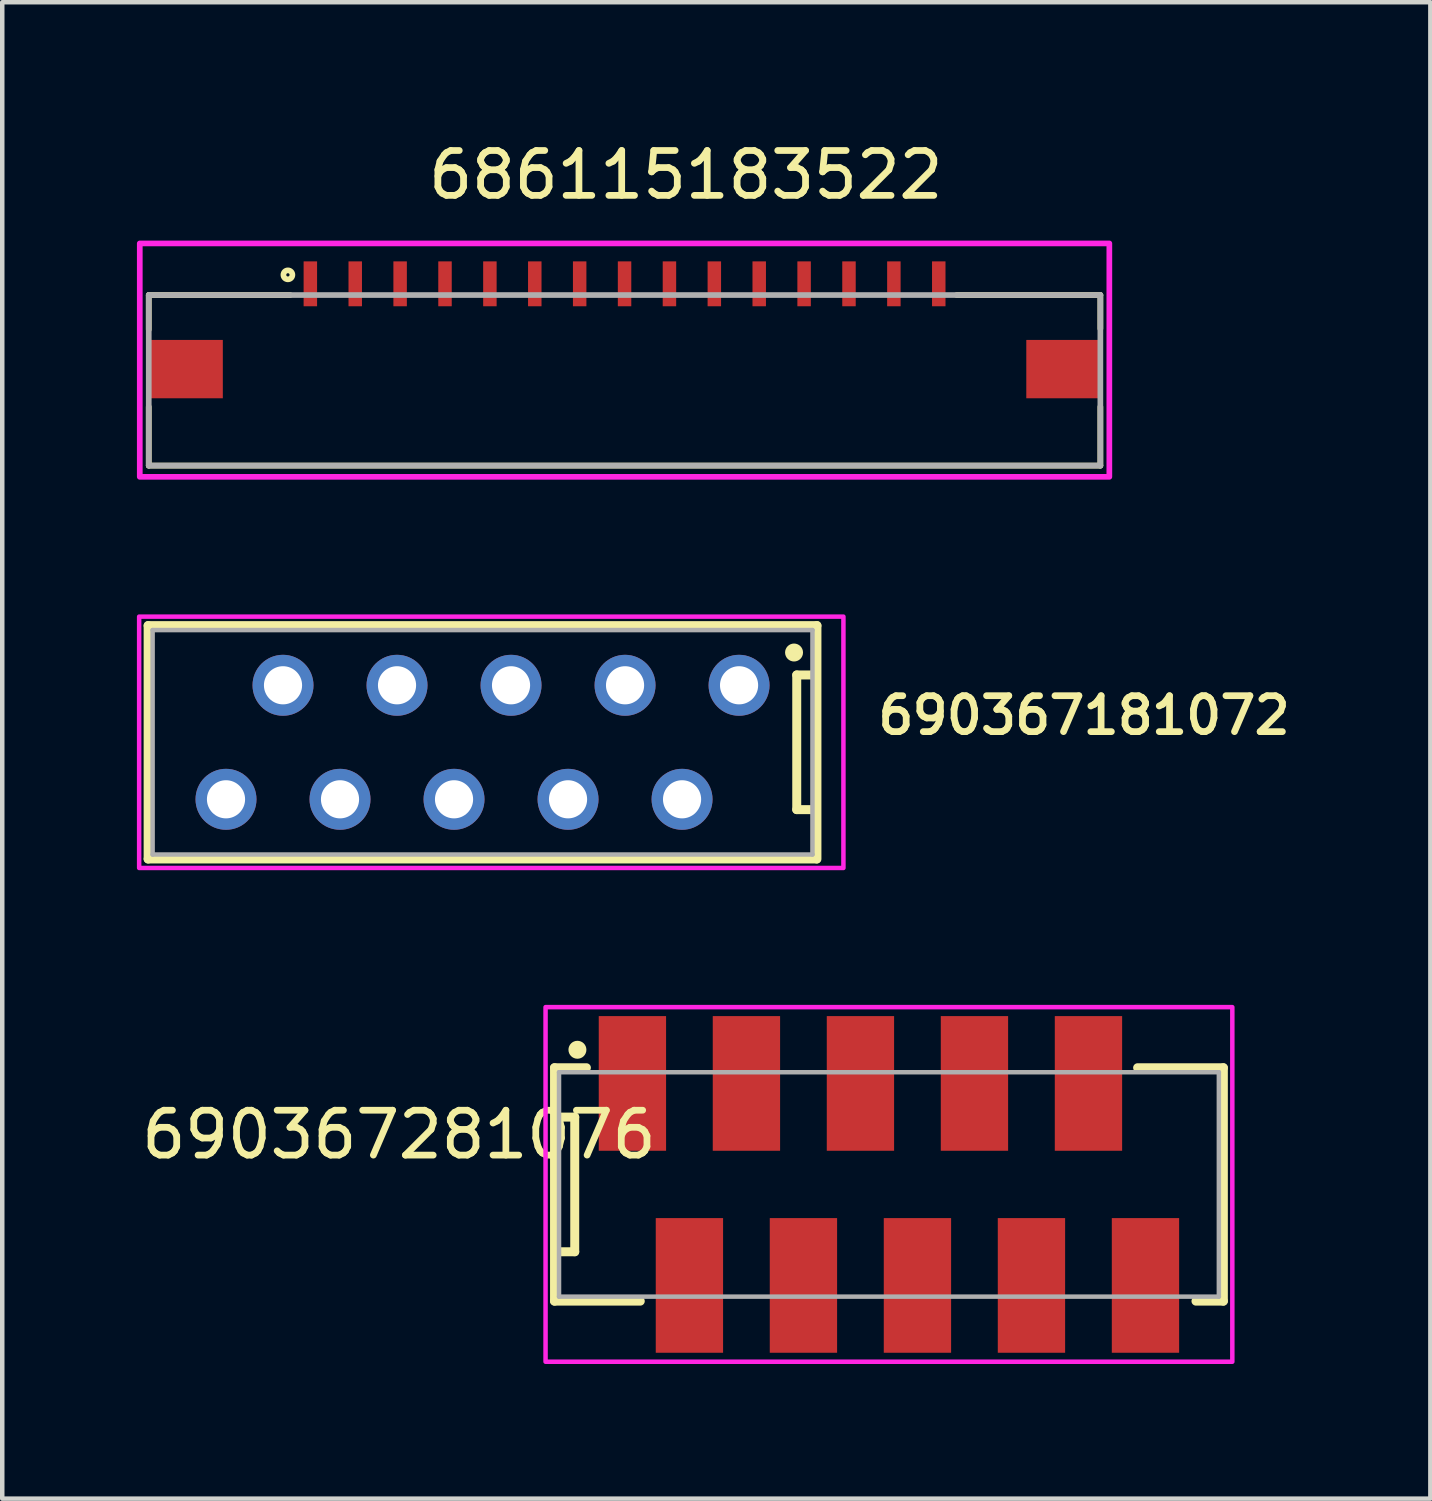
<source format=kicad_pcb>
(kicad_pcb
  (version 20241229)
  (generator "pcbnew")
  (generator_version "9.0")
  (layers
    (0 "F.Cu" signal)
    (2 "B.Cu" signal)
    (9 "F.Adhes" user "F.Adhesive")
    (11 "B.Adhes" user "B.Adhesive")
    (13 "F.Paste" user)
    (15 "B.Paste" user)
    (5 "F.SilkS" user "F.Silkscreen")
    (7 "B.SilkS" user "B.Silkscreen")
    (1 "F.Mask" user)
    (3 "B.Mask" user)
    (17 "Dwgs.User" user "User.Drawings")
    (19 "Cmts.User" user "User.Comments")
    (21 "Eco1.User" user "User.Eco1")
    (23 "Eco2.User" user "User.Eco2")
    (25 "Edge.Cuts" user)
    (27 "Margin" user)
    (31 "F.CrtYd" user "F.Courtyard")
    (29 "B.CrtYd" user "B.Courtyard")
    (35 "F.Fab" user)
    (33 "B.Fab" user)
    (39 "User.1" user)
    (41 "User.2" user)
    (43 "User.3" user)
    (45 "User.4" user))
  (footprint "690367281076"
    (layer "F.Cu")
    (at 16.754 23.337)
    (property "Reference" "690367281076" (at -10.915 -1.108 0) (layer "F.SilkS") (effects (font (size 1 1) (thickness 0.15))))
    (attr smd)
    (fp_line (start -7.45 -2.6) (end -7.45 2.6) (stroke (width 0.2) (type solid)) (layer "F.SilkS"))
    (fp_line (start -7.45 2.6) (end -5.54 2.6) (stroke (width 0.2) (type solid)) (layer "F.SilkS"))
    (fp_line (start -7.4 -1.5) (end -7 -1.5) (stroke (width 0.2) (type solid)) (layer "F.SilkS"))
    (fp_line (start -7 -1.5) (end -7 1.5) (stroke (width 0.2) (type solid)) (layer "F.SilkS"))
    (fp_line (start -7 1.5) (end -7.4 1.5) (stroke (width 0.2) (type solid)) (layer "F.SilkS"))
    (fp_line (start -6.74 -2.6) (end -7.45 -2.6) (stroke (width 0.2) (type solid)) (layer "F.SilkS"))
    (fp_line (start 5.54 -2.6) (end 7.45 -2.6) (stroke (width 0.2) (type solid)) (layer "F.SilkS"))
    (fp_line (start 7.45 -2.6) (end 7.45 2.6) (stroke (width 0.2) (type solid)) (layer "F.SilkS"))
    (fp_line (start 7.45 2.6) (end 6.84 2.6) (stroke (width 0.2) (type solid)) (layer "F.SilkS"))
    (fp_circle (center -6.94 -3) (end -6.84 -3) (stroke (width 0.2) (type solid)) (fill no) (layer "F.SilkS"))
    (fp_poly (pts (xy -7.65 -3.95) (xy 7.65 -3.95) (xy 7.65 3.95) (xy -7.65 3.95)) (stroke (width 0.1) (type solid)) (fill no) (layer "F.CrtYd"))
    (fp_line (start -7.35 -2.5) (end -7.35 2.5) (stroke (width 0.1) (type solid)) (layer "F.Fab"))
    (fp_line (start -7.35 -2.5) (end 7.35 -2.5) (stroke (width 0.1) (type solid)) (layer "F.Fab"))
    (fp_line (start -7.35 2.5) (end 7.35 2.5) (stroke (width 0.1) (type solid)) (layer "F.Fab"))
    (fp_line (start 7.35 2.5) (end 7.35 -2.5) (stroke (width 0.1) (type solid)) (layer "F.Fab"))
    (pad "1" smd rect (at -5.715 -2.25) (size 1.5 3) (layers "F.Cu" "F.Mask" "F.Paste"))
    (pad "2" smd rect (at -4.445 2.25) (size 1.5 3) (layers "F.Cu" "F.Mask" "F.Paste"))
    (pad "3" smd rect (at -3.175 -2.25) (size 1.5 3) (layers "F.Cu" "F.Mask" "F.Paste"))
    (pad "4" smd rect (at -1.905 2.25) (size 1.5 3) (layers "F.Cu" "F.Mask" "F.Paste"))
    (pad "5" smd rect (at -0.635 -2.25) (size 1.5 3) (layers "F.Cu" "F.Mask" "F.Paste"))
    (pad "6" smd rect (at 0.635 2.25) (size 1.5 3) (layers "F.Cu" "F.Mask" "F.Paste"))
    (pad "7" smd rect (at 1.905 -2.25) (size 1.5 3) (layers "F.Cu" "F.Mask" "F.Paste"))
    (pad "8" smd rect (at 3.175 2.25) (size 1.5 3) (layers "F.Cu" "F.Mask" "F.Paste"))
    (pad "9" smd rect (at 4.445 -2.25) (size 1.5 3) (layers "F.Cu" "F.Mask" "F.Paste"))
    (pad "10" smd rect (at 5.715 2.25) (size 1.5 3) (layers "F.Cu" "F.Mask" "F.Paste")))
  (footprint "686115183522"
    (layer "F.Cu")
    (at 10.864 5.173)
    (property "Reference" "686115183522" (at 1.365 -4.325 0) (layer "F.SilkS") (effects (font (size 1 1) (thickness 0.15))))
    (attr smd)
    (fp_line (start -10.6 -1.65) (end -10.6 -0.88) (stroke (width 0.127) (type solid)) (layer "F.SilkS"))
    (fp_line (start -10.6 0.84) (end -10.6 2.15) (stroke (width 0.127) (type solid)) (layer "F.SilkS"))
    (fp_line (start -10.6 2.15) (end 10.6 2.15) (stroke (width 0.127) (type solid)) (layer "F.SilkS"))
    (fp_line (start -7.45 -1.65) (end -10.6 -1.65) (stroke (width 0.127) (type solid)) (layer "F.SilkS"))
    (fp_line (start 7.4 -1.65) (end 10.6 -1.65) (stroke (width 0.127) (type solid)) (layer "F.SilkS"))
    (fp_line (start 10.6 -1.65) (end 10.6 -0.9) (stroke (width 0.127) (type solid)) (layer "F.SilkS"))
    (fp_line (start 10.6 2.15) (end 10.6 0.84) (stroke (width 0.127) (type solid)) (layer "F.SilkS"))
    (fp_circle (center -7.5 -2.1) (end -7.4 -2.1) (stroke (width 0.127) (type solid)) (fill no) (layer "F.SilkS"))
    (fp_poly (pts (xy -10.8 -2.8) (xy 10.8 -2.8) (xy 10.8 2.4) (xy -10.8 2.4)) (stroke (width 0.127) (type solid)) (fill no) (layer "F.CrtYd"))
    (fp_line (start -10.6 -1.65) (end 10.6 -1.65) (stroke (width 0.127) (type solid)) (layer "F.Fab"))
    (fp_line (start -10.6 2.15) (end -10.6 -1.65) (stroke (width 0.127) (type solid)) (layer "F.Fab"))
    (fp_line (start 10.6 -1.65) (end 10.6 2.15) (stroke (width 0.127) (type solid)) (layer "F.Fab"))
    (fp_line (start 10.6 2.15) (end -10.6 2.15) (stroke (width 0.127) (type solid)) (layer "F.Fab"))
    (pad "1" smd rect (at -7 -1.9) (size 0.3 1) (layers "F.Cu" "F.Mask" "F.Paste"))
    (pad "2" smd rect (at -6 -1.9) (size 0.3 1) (layers "F.Cu" "F.Mask" "F.Paste"))
    (pad "3" smd rect (at -5 -1.9) (size 0.3 1) (layers "F.Cu" "F.Mask" "F.Paste"))
    (pad "4" smd rect (at -4 -1.9) (size 0.3 1) (layers "F.Cu" "F.Mask" "F.Paste"))
    (pad "5" smd rect (at -3 -1.9) (size 0.3 1) (layers "F.Cu" "F.Mask" "F.Paste"))
    (pad "6" smd rect (at -2 -1.9) (size 0.3 1) (layers "F.Cu" "F.Mask" "F.Paste"))
    (pad "7" smd rect (at -1 -1.9) (size 0.3 1) (layers "F.Cu" "F.Mask" "F.Paste"))
    (pad "8" smd rect (at 0 -1.9) (size 0.3 1) (layers "F.Cu" "F.Mask" "F.Paste"))
    (pad "9" smd rect (at 1 -1.9) (size 0.3 1) (layers "F.Cu" "F.Mask" "F.Paste"))
    (pad "10" smd rect (at 2 -1.9) (size 0.3 1) (layers "F.Cu" "F.Mask" "F.Paste"))
    (pad "11" smd rect (at 3 -1.9) (size 0.3 1) (layers "F.Cu" "F.Mask" "F.Paste"))
    (pad "12" smd rect (at 4 -1.9) (size 0.3 1) (layers "F.Cu" "F.Mask" "F.Paste"))
    (pad "13" smd rect (at 5 -1.9) (size 0.3 1) (layers "F.Cu" "F.Mask" "F.Paste"))
    (pad "14" smd rect (at 6 -1.9) (size 0.3 1) (layers "F.Cu" "F.Mask" "F.Paste"))
    (pad "15" smd rect (at 7 -1.9) (size 0.3 1) (layers "F.Cu" "F.Mask" "F.Paste"))
    (pad "Z1" smd rect (at -9.775 0) (size 1.65 1.3) (layers "F.Cu" "F.Mask" "F.Paste"))
    (pad "Z2" smd rect (at 9.775 0) (size 1.65 1.3) (layers "F.Cu" "F.Mask" "F.Paste")))
  (footprint "690367181072"
    (layer "F.Cu")
    (at 7.7 13.487)
    (property "Reference" "690367181072" (at 13.4 -0.6 0) (layer "F.SilkS") (effects (font (size 0.8 0.8) (thickness 0.15))))
    (attr through_hole)
    (fp_line (start -7.45 -2.6) (end 7.45 -2.6) (stroke (width 0.2) (type solid)) (layer "F.SilkS"))
    (fp_line (start -7.45 2.6) (end -7.45 -2.6) (stroke (width 0.2) (type solid)) (layer "F.SilkS"))
    (fp_line (start 7 -1.5) (end 7 1.5) (stroke (width 0.2) (type solid)) (layer "F.SilkS"))
    (fp_line (start 7 1.5) (end 7.4 1.5) (stroke (width 0.2) (type solid)) (layer "F.SilkS"))
    (fp_line (start 7.4 -1.5) (end 7 -1.5) (stroke (width 0.2) (type solid)) (layer "F.SilkS"))
    (fp_line (start 7.44 2.6) (end -7.45 2.6) (stroke (width 0.2) (type solid)) (layer "F.SilkS"))
    (fp_line (start 7.45 -2.6) (end 7.45 2.6) (stroke (width 0.2) (type solid)) (layer "F.SilkS"))
    (fp_circle (center 6.94 -2) (end 7.04 -2) (stroke (width 0.2) (type solid)) (fill no) (layer "F.SilkS"))
    (fp_poly (pts (xy -7.65 -2.8) (xy 8.04 -2.8) (xy 8.04 2.8) (xy -7.65 2.8)) (stroke (width 0.1) (type solid)) (fill no) (layer "F.CrtYd"))
    (fp_line (start -7.35 -2.5) (end -7.35 2.5) (stroke (width 0.1) (type solid)) (layer "F.Fab"))
    (fp_line (start -7.35 2.5) (end 7.35 2.5) (stroke (width 0.1) (type solid)) (layer "F.Fab"))
    (fp_line (start 7.35 -2.5) (end -7.35 -2.5) (stroke (width 0.1) (type solid)) (layer "F.Fab"))
    (fp_line (start 7.35 2.5) (end 7.35 -2.5) (stroke (width 0.1) (type solid)) (layer "F.Fab"))
    (pad "1" thru_hole circle (at 5.715 -1.27) (size 1.358 1.358) (drill 0.85) (layers "*.Cu" "*.Mask"))
    (pad "2" thru_hole circle (at 4.445 1.27) (size 1.358 1.358) (drill 0.85) (layers "*.Cu" "*.Mask"))
    (pad "3" thru_hole circle (at 3.175 -1.27) (size 1.358 1.358) (drill 0.85) (layers "*.Cu" "*.Mask"))
    (pad "4" thru_hole circle (at 1.905 1.27) (size 1.358 1.358) (drill 0.85) (layers "*.Cu" "*.Mask"))
    (pad "5" thru_hole circle (at 0.635 -1.27) (size 1.358 1.358) (drill 0.85) (layers "*.Cu" "*.Mask"))
    (pad "6" thru_hole circle (at -0.635 1.27) (size 1.358 1.358) (drill 0.85) (layers "*.Cu" "*.Mask"))
    (pad "7" thru_hole circle (at -1.905 -1.27) (size 1.358 1.358) (drill 0.85) (layers "*.Cu" "*.Mask"))
    (pad "8" thru_hole circle (at -3.175 1.27) (size 1.358 1.358) (drill 0.85) (layers "*.Cu" "*.Mask"))
    (pad "9" thru_hole circle (at -4.445 -1.27) (size 1.358 1.358) (drill 0.85) (layers "*.Cu" "*.Mask"))
    (pad "10" thru_hole circle (at -5.715 1.27) (size 1.358 1.358) (drill 0.85) (layers "*.Cu" "*.Mask")))
  (gr_rect
    (start -3 -3)
    (end 28.816 30.337)
    (stroke (width 0.1) (type default))
    (fill no)
    (layer "Edge.Cuts")))
</source>
